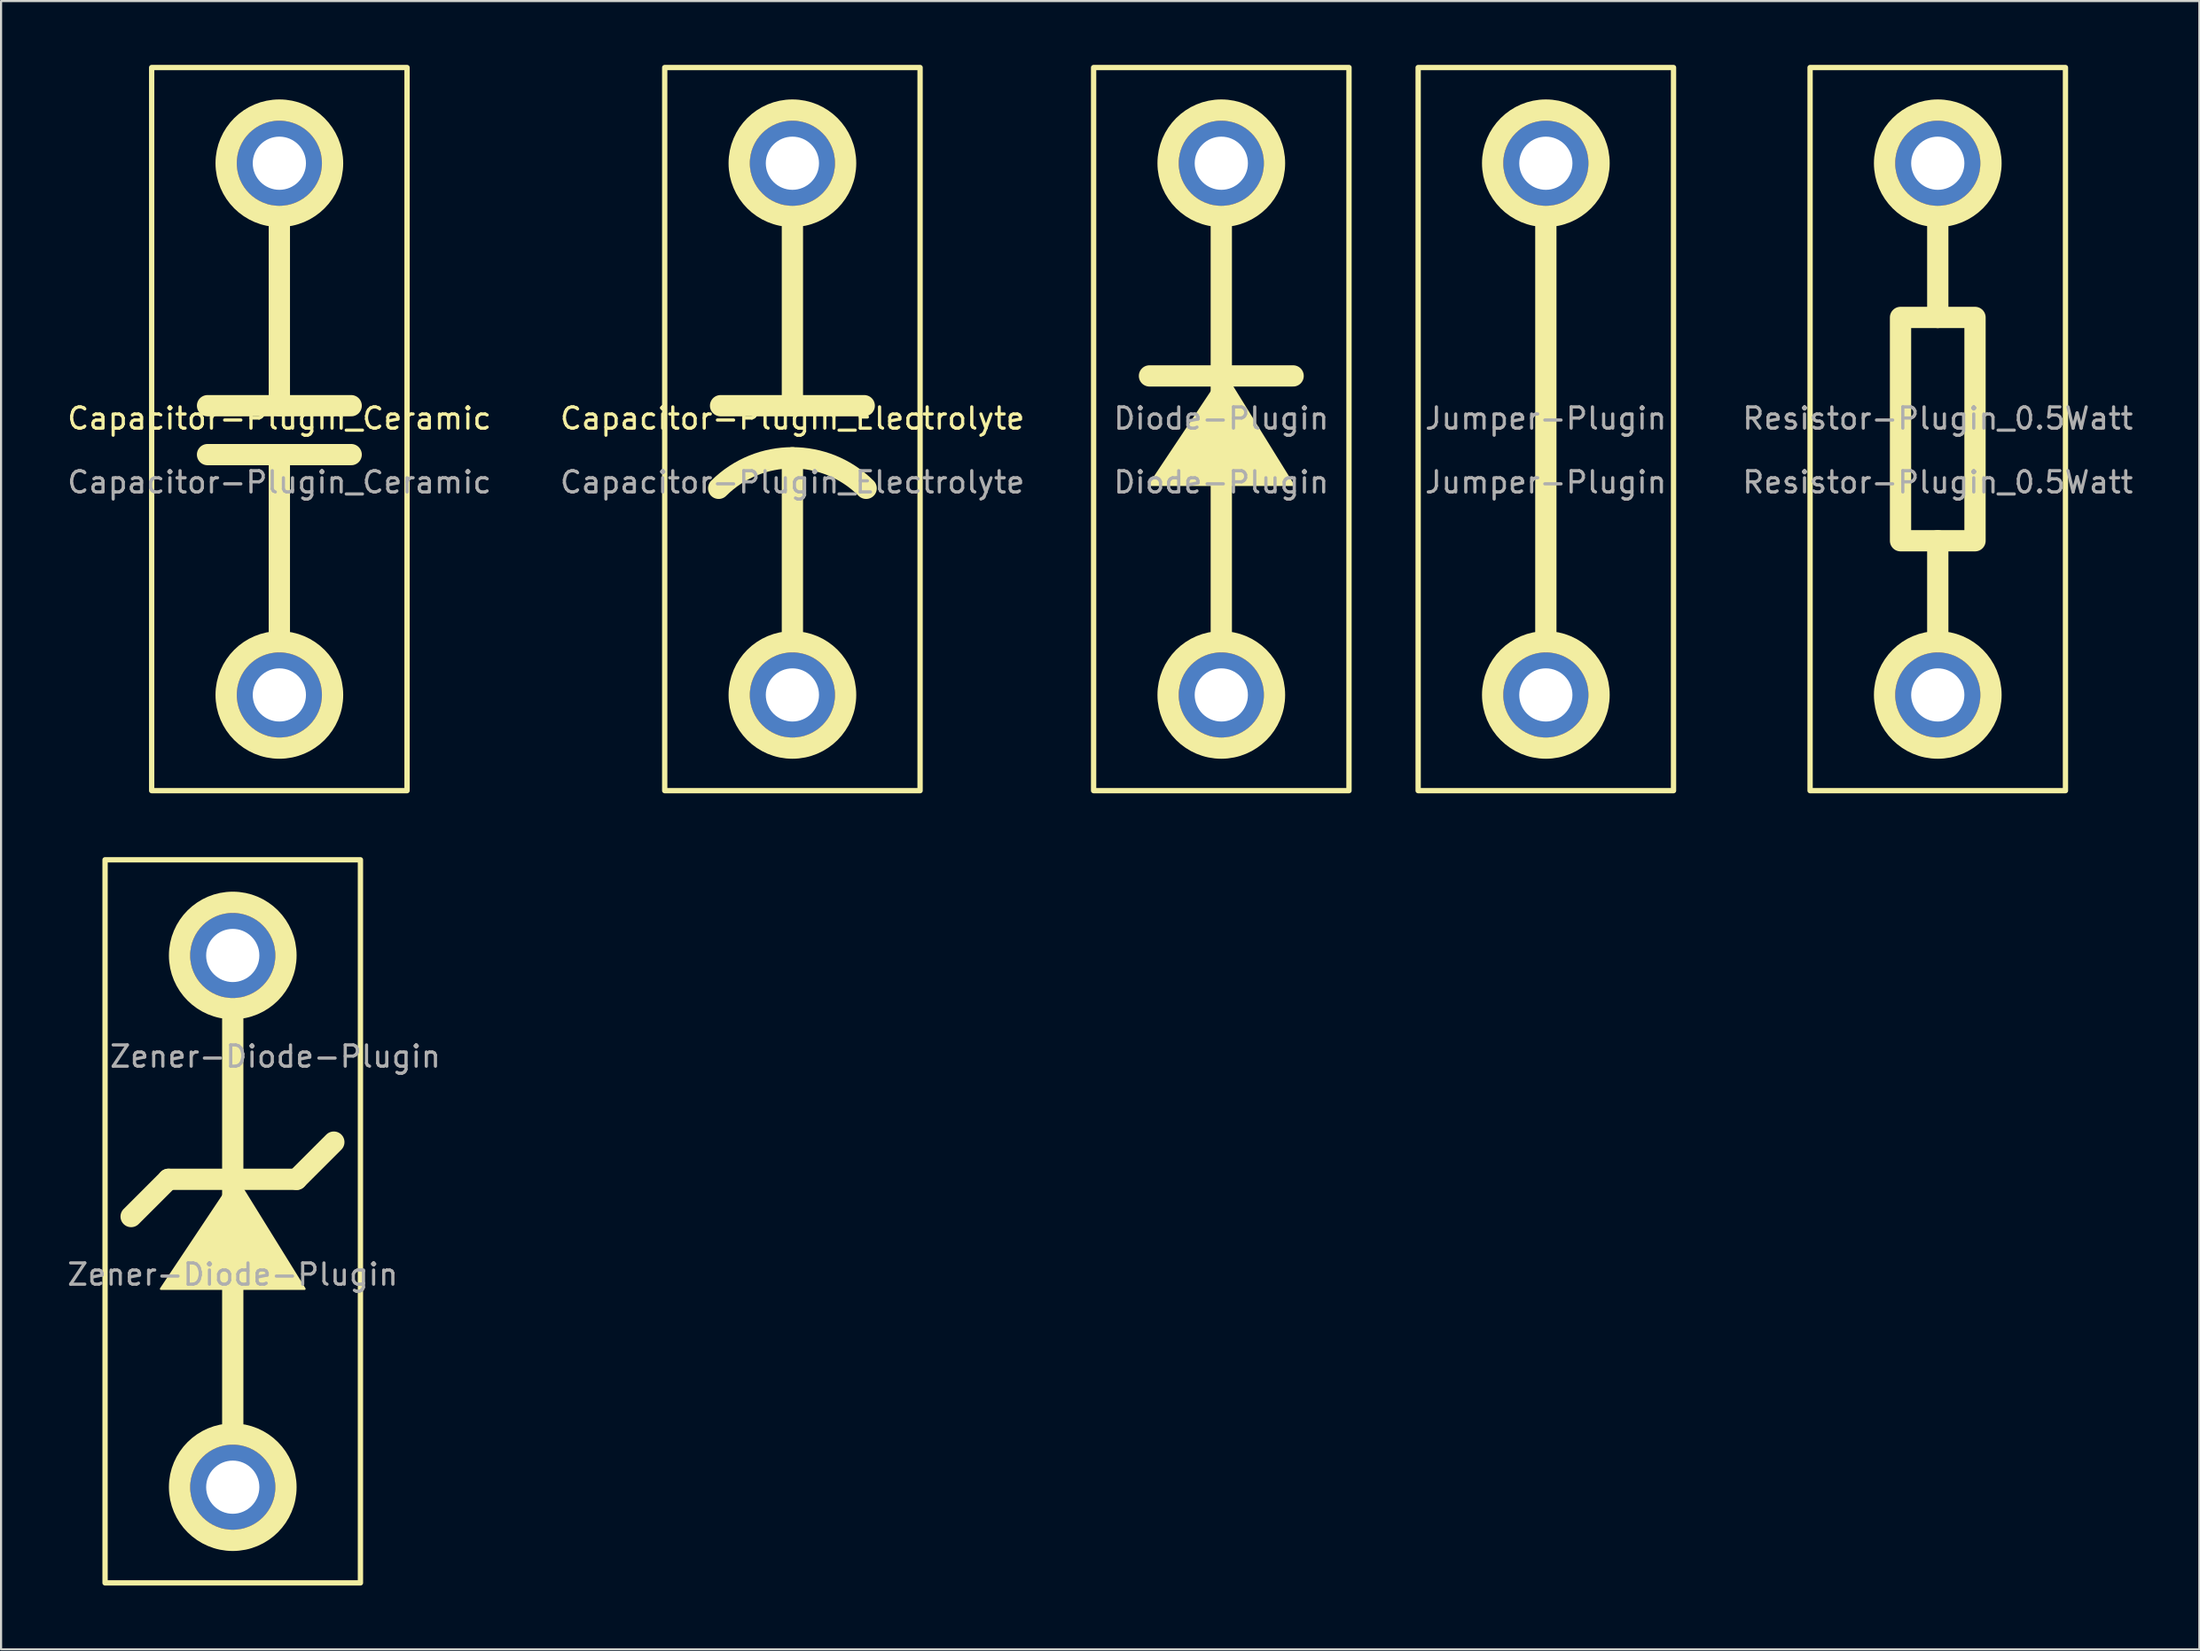
<source format=kicad_pcb>
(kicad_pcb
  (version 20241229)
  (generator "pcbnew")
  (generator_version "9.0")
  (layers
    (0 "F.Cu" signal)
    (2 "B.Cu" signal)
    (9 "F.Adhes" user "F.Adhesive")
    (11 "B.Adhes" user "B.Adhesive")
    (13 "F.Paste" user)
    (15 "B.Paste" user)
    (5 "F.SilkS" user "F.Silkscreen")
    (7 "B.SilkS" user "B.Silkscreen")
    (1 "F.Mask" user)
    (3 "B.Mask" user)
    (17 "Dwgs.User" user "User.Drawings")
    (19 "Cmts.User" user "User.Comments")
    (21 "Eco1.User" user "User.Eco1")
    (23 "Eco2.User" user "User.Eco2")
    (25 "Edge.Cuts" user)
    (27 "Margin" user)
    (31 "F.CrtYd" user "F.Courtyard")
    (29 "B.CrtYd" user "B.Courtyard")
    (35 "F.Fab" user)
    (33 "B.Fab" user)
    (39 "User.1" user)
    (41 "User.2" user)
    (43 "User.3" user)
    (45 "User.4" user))
  (footprint "Diode-Plugin"
    (layer "F.Cu")
    (at 54.339 17.125)
    (property "Reference" "Diode-Plugin" (at 0 -0.5 0) (unlocked yes) (layer "F.Fab") (effects (font (size 1 1) (thickness 0.15))))
    (attr smd)
    (fp_line (start -3.375 -2.5) (end 3.375 -2.5) (stroke (width 1) (type default)) (layer "F.SilkS"))
    (fp_line (start 0 -9.8) (end 0 9.9) (stroke (width 1) (type default)) (layer "F.SilkS"))
    (fp_rect (start -6 -17) (end 6 17) (stroke (width 0.25) (type default)) (fill no) (layer "F.SilkS"))
    (fp_circle (center 0 -12.5) (end 2.5 -12.5) (stroke (width 1) (type default)) (fill no) (layer "F.SilkS"))
    (fp_circle (center 0 12.5) (end 2.5 12.5) (stroke (width 1) (type default)) (fill no) (layer "F.SilkS"))
    (fp_poly (pts (xy -3.375 2.625) (xy 3.375 2.625) (xy 0.125 -2.625)) (stroke (width 0.1) (type solid)) (fill yes) (layer "F.SilkS"))
    (fp_text user "${REFERENCE}" (at 0 2.5 0) (unlocked yes) (layer "F.Fab") (effects (font (size 1 1) (thickness 0.15))))
    (pad "1" thru_hole circle (at 0 -12.5) (size 4 4) (drill 2.5) (layers "*.Cu" "*.Mask"))
    (pad "2" thru_hole circle (at 0 12.5) (size 4 4) (drill 2.5) (layers "*.Cu" "*.Mask")))
  (footprint "Capacitor-Plugin_Electrolyte"
    (layer "F.Cu")
    (at 34.185 17.125)
    (property "Reference" "Capacitor-Plugin_Electrolyte" (at 0 -0.5 0) (unlocked yes) (layer "F.SilkS") (effects (font (size 1 1) (thickness 0.15))))
    (attr smd)
    (fp_line (start -3.375 -1.1) (end 3.375 -1.1) (stroke (width 1) (type default)) (layer "F.SilkS"))
    (fp_line (start 0 -9.8) (end 0 -1.1) (stroke (width 1) (type default)) (layer "F.SilkS"))
    (fp_line (start 0 1.35) (end 0 9.9) (stroke (width 1) (type default)) (layer "F.SilkS"))
    (fp_rect (start -6 -17) (end 6 17) (stroke (width 0.25) (type default)) (fill no) (layer "F.SilkS"))
    (fp_arc (start -3.465228 2.785344) (mid 0 1.35) (end 3.465228 2.785344) (stroke (width 1) (type default)) (layer "F.SilkS"))
    (fp_circle (center 0 -12.5) (end 2.5 -12.5) (stroke (width 1) (type default)) (fill no) (layer "F.SilkS"))
    (fp_circle (center 0 12.5) (end 2.5 12.5) (stroke (width 1) (type default)) (fill no) (layer "F.SilkS"))
    (fp_text user "${REFERENCE}" (at 0 2.5 0) (unlocked yes) (layer "F.Fab") (effects (font (size 1 1) (thickness 0.15))))
    (pad "1" thru_hole circle (at 0 -12.5) (size 4 4) (drill 2.5) (layers "*.Cu" "*.Mask"))
    (pad "2" thru_hole circle (at 0 12.5) (size 4 4) (drill 2.5) (layers "*.Cu" "*.Mask")))
  (footprint "Resistor-Plugin_0.5Watt"
    (layer "F.Cu")
    (at 88.006 17.125)
    (property "Reference" "Resistor-Plugin_0.5Watt" (at 0 -0.5 0) (unlocked yes) (layer "F.Fab") (effects (font (size 1 1) (thickness 0.15))))
    (attr smd)
    (fp_line (start 0 -9.8) (end 0 -5.25) (stroke (width 1) (type default)) (layer "F.SilkS"))
    (fp_line (start 0 5.25) (end 0 9.9) (stroke (width 1) (type default)) (layer "F.SilkS"))
    (fp_rect (start -6 -17) (end 6 17) (stroke (width 0.25) (type default)) (fill no) (layer "F.SilkS"))
    (fp_rect (start -1.75 -5.25) (end 1.75 5.25) (stroke (width 1) (type default)) (fill no) (layer "F.SilkS"))
    (fp_circle (center 0 -12.5) (end 2.5 -12.5) (stroke (width 1) (type default)) (fill no) (layer "F.SilkS"))
    (fp_circle (center 0 12.5) (end 2.5 12.5) (stroke (width 1) (type default)) (fill no) (layer "F.SilkS"))
    (fp_text user "${REFERENCE}" (at 0 2.5 0) (unlocked yes) (layer "F.Fab") (effects (font (size 1 1) (thickness 0.15))))
    (pad "1" thru_hole circle (at 0 -12.5) (size 4 4) (drill 2.5) (layers "*.Cu" "*.Mask"))
    (pad "2" thru_hole circle (at 0 12.5) (size 4 4) (drill 2.5) (layers "*.Cu" "*.Mask")))
  (footprint "Capacitor-Plugin_Ceramic"
    (layer "F.Cu")
    (at 10.077 17.125)
    (property "Reference" "Capacitor-Plugin_Ceramic" (at 0 -0.5 0) (unlocked yes) (layer "F.SilkS") (effects (font (size 1 1) (thickness 0.15))))
    (attr smd)
    (fp_line (start -3.375 -1.1) (end 3.375 -1.1) (stroke (width 1) (type default)) (layer "F.SilkS"))
    (fp_line (start -3.375 1.2) (end 3.375 1.2) (stroke (width 1) (type default)) (layer "F.SilkS"))
    (fp_line (start 0 -9.8) (end 0 -1.1) (stroke (width 1) (type default)) (layer "F.SilkS"))
    (fp_line (start 0 1.35) (end 0 9.9) (stroke (width 1) (type default)) (layer "F.SilkS"))
    (fp_rect (start -6 -17) (end 6 17) (stroke (width 0.25) (type default)) (fill no) (layer "F.SilkS"))
    (fp_circle (center 0 -12.5) (end 2.5 -12.5) (stroke (width 1) (type default)) (fill no) (layer "F.SilkS"))
    (fp_circle (center 0 12.5) (end 2.5 12.5) (stroke (width 1) (type default)) (fill no) (layer "F.SilkS"))
    (fp_text user "${REFERENCE}" (at 0 2.5 0) (unlocked yes) (layer "F.Fab") (effects (font (size 1 1) (thickness 0.15))))
    (pad "1" thru_hole circle (at 0 -12.5) (size 4 4) (drill 2.5) (layers "*.Cu" "*.Mask"))
    (pad "2" thru_hole circle (at 0 12.5) (size 4 4) (drill 2.5) (layers "*.Cu" "*.Mask")))
  (footprint "Jumper-Plugin"
    (layer "F.Cu")
    (at 69.589 17.125)
    (property "Reference" "Jumper-Plugin" (at 0 -0.5 0) (unlocked yes) (layer "F.Fab") (effects (font (size 1 1) (thickness 0.15))))
    (attr smd)
    (fp_line (start 0 -9.8) (end 0 9.9) (stroke (width 1) (type default)) (layer "F.SilkS"))
    (fp_rect (start -6 -17) (end 6 17) (stroke (width 0.25) (type default)) (fill no) (layer "F.SilkS"))
    (fp_circle (center 0 -12.5) (end 2.5 -12.5) (stroke (width 1) (type default)) (fill no) (layer "F.SilkS"))
    (fp_circle (center 0 12.5) (end 2.5 12.5) (stroke (width 1) (type default)) (fill no) (layer "F.SilkS"))
    (fp_text user "${REFERENCE}" (at 0 2.5 0) (unlocked yes) (layer "F.Fab") (effects (font (size 1 1) (thickness 0.15))))
    (pad "1" thru_hole circle (at 0 -12.5) (size 4 4) (drill 2.5) (layers "*.Cu" "*.Mask"))
    (pad "2" thru_hole circle (at 0 12.5) (size 4 4) (drill 2.5) (layers "*.Cu" "*.Mask")))
  (footprint "Zener-Diode-Plugin"
    (layer "F.Cu")
    (at 7.887 54.375)
    (property "Reference" "Zener-Diode-Plugin" (at 2 -7.75 0) (unlocked yes) (layer "F.Fab") (effects (font (size 1 1) (thickness 0.15))))
    (attr smd)
    (fp_line (start -4.775 -0.225) (end -3.025 -1.975) (stroke (width 1) (type default)) (layer "F.SilkS"))
    (fp_line (start -3.025 -1.975) (end 3 -1.975) (stroke (width 1) (type default)) (layer "F.SilkS"))
    (fp_line (start 0 -9.8) (end 0 9.9) (stroke (width 1) (type default)) (layer "F.SilkS"))
    (fp_line (start 3 -1.975) (end 4.75 -3.725) (stroke (width 1) (type default)) (layer "F.SilkS"))
    (fp_rect (start -6 -17) (end 6 17) (stroke (width 0.25) (type default)) (fill no) (layer "F.SilkS"))
    (fp_circle (center 0 -12.5) (end 2.5 -12.5) (stroke (width 1) (type default)) (fill no) (layer "F.SilkS"))
    (fp_circle (center 0 12.5) (end 2.5 12.5) (stroke (width 1) (type default)) (fill no) (layer "F.SilkS"))
    (fp_poly (pts (xy -3.375 3.175) (xy 3.375 3.175) (xy 0.125 -2.075)) (stroke (width 0.1) (type solid)) (fill yes) (layer "F.SilkS"))
    (fp_text user "${REFERENCE}" (at 0 2.5 0) (unlocked yes) (layer "F.Fab") (effects (font (size 1 1) (thickness 0.15))))
    (pad "1" thru_hole circle (at 0 -12.5) (size 4 4) (drill 2.5) (layers "*.Cu" "*.Mask"))
    (pad "2" thru_hole circle (at 0 12.5) (size 4 4) (drill 2.5) (layers "*.Cu" "*.Mask")))
  (gr_rect
    (start -3 -3)
    (end 100.298 74.5)
    (stroke (width 0.1) (type default))
    (fill no)
    (layer "Edge.Cuts")))
</source>
